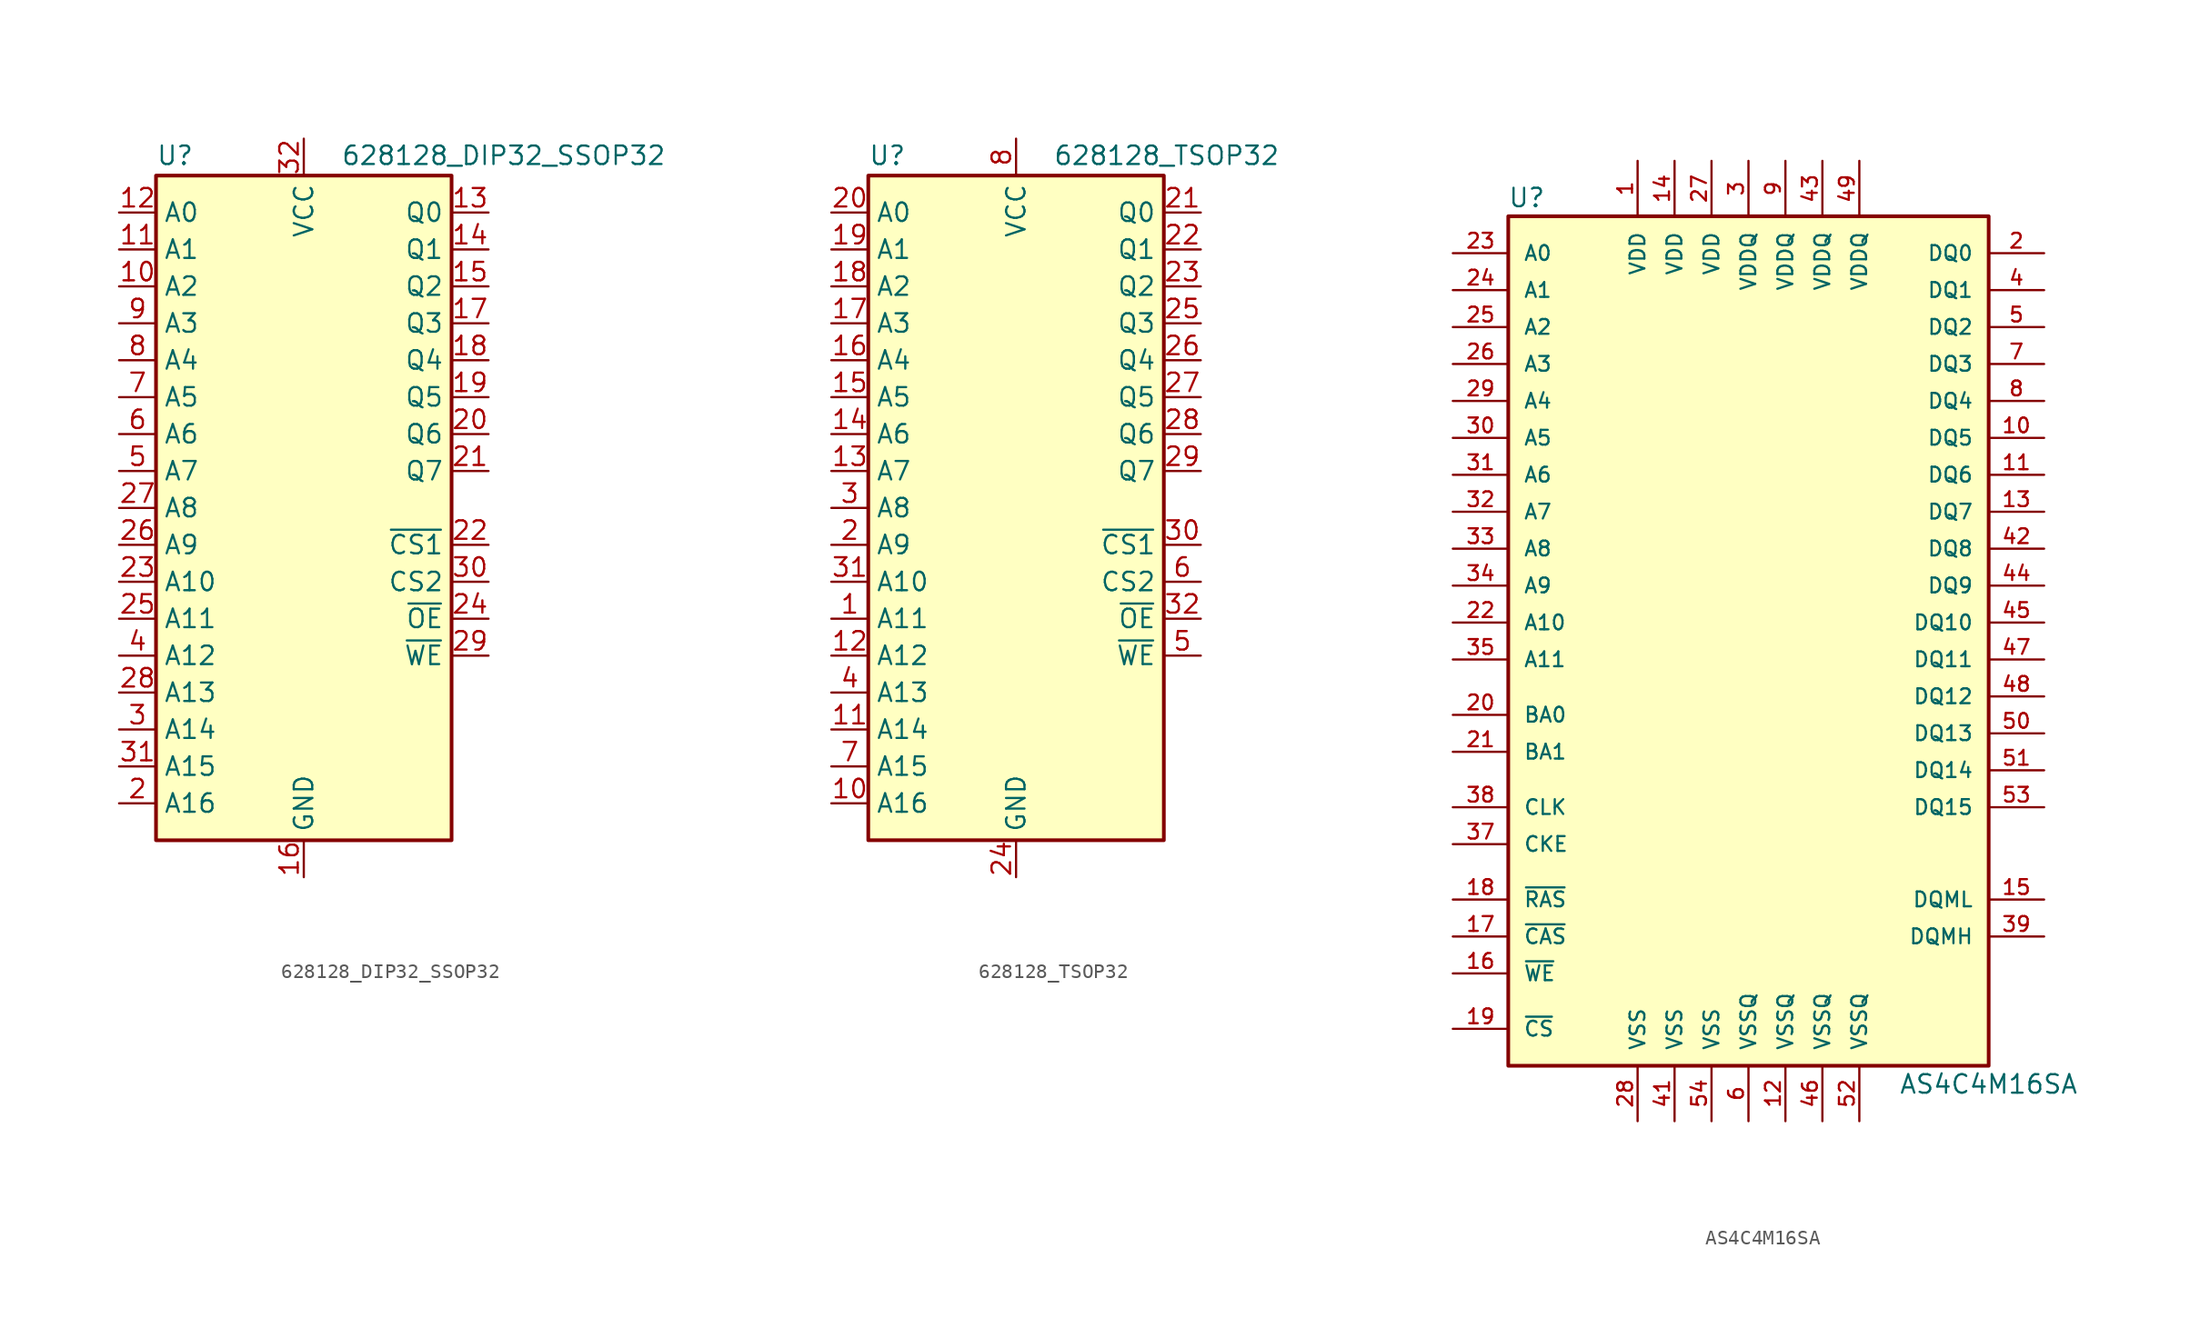
<source format=kicad_sym>
(kicad_symbol_lib
  (version 20220914)
  (generator kicad_symbol_editor)
  (symbol "628128_DIP32_SSOP32"
    (property "Reference" "U"
      (at -10.16 23.495 0)
      (effects (font (size 1.27 1.27)) (justify left bottom)))
    (property "Value" "628128_DIP32_SSOP32"
      (at 2.54 23.495 0)
      (effects (font (size 1.27 1.27)) (justify left bottom)))
    (symbol "628128_DIP32_SSOP32_0_0"
      (pin power_in line (at 0 -25.4 90) (length 2.54) (name "GND" (effects (font (size 1.27 1.27)))) (number "16" (effects (font (size 1.27 1.27)))))
      (pin power_in line (at 0 25.4 270) (length 2.54) (name "VCC" (effects (font (size 1.27 1.27)))) (number "32" (effects (font (size 1.27 1.27))))))
    (symbol "628128_DIP32_SSOP32_0_1"
      (rectangle (start -10.16 22.86) (end 10.16 -22.86) (stroke (width 0.254) (type solid)) (fill (type background))))
    (symbol "628128_DIP32_SSOP32_1_1"
      (pin no_connect line (at 10.16 -20.32 180) (length 2.54) hide (name "NC" (effects (font (size 1.27 1.27)))) (number "1" (effects (font (size 1.27 1.27)))))
      (pin input line (at -12.7 15.24 0) (length 2.54) (name "A2" (effects (font (size 1.27 1.27)))) (number "10" (effects (font (size 1.27 1.27)))))
      (pin input line (at -12.7 17.78 0) (length 2.54) (name "A1" (effects (font (size 1.27 1.27)))) (number "11" (effects (font (size 1.27 1.27)))))
      (pin input line (at -12.7 20.32 0) (length 2.54) (name "A0" (effects (font (size 1.27 1.27)))) (number "12" (effects (font (size 1.27 1.27)))))
      (pin tri_state line (at 12.7 20.32 180) (length 2.54) (name "Q0" (effects (font (size 1.27 1.27)))) (number "13" (effects (font (size 1.27 1.27)))))
      (pin tri_state line (at 12.7 17.78 180) (length 2.54) (name "Q1" (effects (font (size 1.27 1.27)))) (number "14" (effects (font (size 1.27 1.27)))))
      (pin tri_state line (at 12.7 15.24 180) (length 2.54) (name "Q2" (effects (font (size 1.27 1.27)))) (number "15" (effects (font (size 1.27 1.27)))))
      (pin tri_state line (at 12.7 12.7 180) (length 2.54) (name "Q3" (effects (font (size 1.27 1.27)))) (number "17" (effects (font (size 1.27 1.27)))))
      (pin tri_state line (at 12.7 10.16 180) (length 2.54) (name "Q4" (effects (font (size 1.27 1.27)))) (number "18" (effects (font (size 1.27 1.27)))))
      (pin tri_state line (at 12.7 7.62 180) (length 2.54) (name "Q5" (effects (font (size 1.27 1.27)))) (number "19" (effects (font (size 1.27 1.27)))))
      (pin input line (at -12.7 -20.32 0) (length 2.54) (name "A16" (effects (font (size 1.27 1.27)))) (number "2" (effects (font (size 1.27 1.27)))))
      (pin tri_state line (at 12.7 5.08 180) (length 2.54) (name "Q6" (effects (font (size 1.27 1.27)))) (number "20" (effects (font (size 1.27 1.27)))))
      (pin tri_state line (at 12.7 2.54 180) (length 2.54) (name "Q7" (effects (font (size 1.27 1.27)))) (number "21" (effects (font (size 1.27 1.27)))))
      (pin input line (at 12.7 -2.54 180) (length 2.54) (name "~{CS1}" (effects (font (size 1.27 1.27)))) (number "22" (effects (font (size 1.27 1.27)))))
      (pin input line (at -12.7 -5.08 0) (length 2.54) (name "A10" (effects (font (size 1.27 1.27)))) (number "23" (effects (font (size 1.27 1.27)))))
      (pin input line (at 12.7 -7.62 180) (length 2.54) (name "~{OE}" (effects (font (size 1.27 1.27)))) (number "24" (effects (font (size 1.27 1.27)))))
      (pin input line (at -12.7 -7.62 0) (length 2.54) (name "A11" (effects (font (size 1.27 1.27)))) (number "25" (effects (font (size 1.27 1.27)))))
      (pin input line (at -12.7 -2.54 0) (length 2.54) (name "A9" (effects (font (size 1.27 1.27)))) (number "26" (effects (font (size 1.27 1.27)))))
      (pin input line (at -12.7 0 0) (length 2.54) (name "A8" (effects (font (size 1.27 1.27)))) (number "27" (effects (font (size 1.27 1.27)))))
      (pin input line (at -12.7 -12.7 0) (length 2.54) (name "A13" (effects (font (size 1.27 1.27)))) (number "28" (effects (font (size 1.27 1.27)))))
      (pin input line (at 12.7 -10.16 180) (length 2.54) (name "~{WE}" (effects (font (size 1.27 1.27)))) (number "29" (effects (font (size 1.27 1.27)))))
      (pin input line (at -12.7 -15.24 0) (length 2.54) (name "A14" (effects (font (size 1.27 1.27)))) (number "3" (effects (font (size 1.27 1.27)))))
      (pin input line (at 12.7 -5.08 180) (length 2.54) (name "CS2" (effects (font (size 1.27 1.27)))) (number "30" (effects (font (size 1.27 1.27)))))
      (pin input line (at -12.7 -17.78 0) (length 2.54) (name "A15" (effects (font (size 1.27 1.27)))) (number "31" (effects (font (size 1.27 1.27)))))
      (pin input line (at -12.7 -10.16 0) (length 2.54) (name "A12" (effects (font (size 1.27 1.27)))) (number "4" (effects (font (size 1.27 1.27)))))
      (pin input line (at -12.7 2.54 0) (length 2.54) (name "A7" (effects (font (size 1.27 1.27)))) (number "5" (effects (font (size 1.27 1.27)))))
      (pin input line (at -12.7 5.08 0) (length 2.54) (name "A6" (effects (font (size 1.27 1.27)))) (number "6" (effects (font (size 1.27 1.27)))))
      (pin input line (at -12.7 7.62 0) (length 2.54) (name "A5" (effects (font (size 1.27 1.27)))) (number "7" (effects (font (size 1.27 1.27)))))
      (pin input line (at -12.7 10.16 0) (length 2.54) (name "A4" (effects (font (size 1.27 1.27)))) (number "8" (effects (font (size 1.27 1.27)))))
      (pin input line (at -12.7 12.7 0) (length 2.54) (name "A3" (effects (font (size 1.27 1.27)))) (number "9" (effects (font (size 1.27 1.27)))))))
  (symbol "628128_TSOP32"
    (property "Reference" "U"
      (at -10.16 23.495 0)
      (effects (font (size 1.27 1.27)) (justify left bottom)))
    (property "Value" "628128_TSOP32"
      (at 2.54 23.495 0)
      (effects (font (size 1.27 1.27)) (justify left bottom)))
    (symbol "628128_TSOP32_0_0"
      (pin power_in line (at 0 -25.4 90) (length 2.54) (name "GND" (effects (font (size 1.27 1.27)))) (number "24" (effects (font (size 1.27 1.27)))))
      (pin power_in line (at 0 25.4 270) (length 2.54) (name "VCC" (effects (font (size 1.27 1.27)))) (number "8" (effects (font (size 1.27 1.27))))))
    (symbol "628128_TSOP32_0_1"
      (rectangle (start -10.16 22.86) (end 10.16 -22.86) (stroke (width 0.254) (type solid)) (fill (type background))))
    (symbol "628128_TSOP32_1_1"
      (pin input line (at -12.7 -7.62 0) (length 2.54) (name "A11" (effects (font (size 1.27 1.27)))) (number "1" (effects (font (size 1.27 1.27)))))
      (pin input line (at -12.7 -20.32 0) (length 2.54) (name "A16" (effects (font (size 1.27 1.27)))) (number "10" (effects (font (size 1.27 1.27)))))
      (pin input line (at -12.7 -15.24 0) (length 2.54) (name "A14" (effects (font (size 1.27 1.27)))) (number "11" (effects (font (size 1.27 1.27)))))
      (pin input line (at -12.7 -10.16 0) (length 2.54) (name "A12" (effects (font (size 1.27 1.27)))) (number "12" (effects (font (size 1.27 1.27)))))
      (pin input line (at -12.7 2.54 0) (length 2.54) (name "A7" (effects (font (size 1.27 1.27)))) (number "13" (effects (font (size 1.27 1.27)))))
      (pin input line (at -12.7 5.08 0) (length 2.54) (name "A6" (effects (font (size 1.27 1.27)))) (number "14" (effects (font (size 1.27 1.27)))))
      (pin input line (at -12.7 7.62 0) (length 2.54) (name "A5" (effects (font (size 1.27 1.27)))) (number "15" (effects (font (size 1.27 1.27)))))
      (pin input line (at -12.7 10.16 0) (length 2.54) (name "A4" (effects (font (size 1.27 1.27)))) (number "16" (effects (font (size 1.27 1.27)))))
      (pin input line (at -12.7 12.7 0) (length 2.54) (name "A3" (effects (font (size 1.27 1.27)))) (number "17" (effects (font (size 1.27 1.27)))))
      (pin input line (at -12.7 15.24 0) (length 2.54) (name "A2" (effects (font (size 1.27 1.27)))) (number "18" (effects (font (size 1.27 1.27)))))
      (pin input line (at -12.7 17.78 0) (length 2.54) (name "A1" (effects (font (size 1.27 1.27)))) (number "19" (effects (font (size 1.27 1.27)))))
      (pin input line (at -12.7 -2.54 0) (length 2.54) (name "A9" (effects (font (size 1.27 1.27)))) (number "2" (effects (font (size 1.27 1.27)))))
      (pin input line (at -12.7 20.32 0) (length 2.54) (name "A0" (effects (font (size 1.27 1.27)))) (number "20" (effects (font (size 1.27 1.27)))))
      (pin tri_state line (at 12.7 20.32 180) (length 2.54) (name "Q0" (effects (font (size 1.27 1.27)))) (number "21" (effects (font (size 1.27 1.27)))))
      (pin tri_state line (at 12.7 17.78 180) (length 2.54) (name "Q1" (effects (font (size 1.27 1.27)))) (number "22" (effects (font (size 1.27 1.27)))))
      (pin tri_state line (at 12.7 15.24 180) (length 2.54) (name "Q2" (effects (font (size 1.27 1.27)))) (number "23" (effects (font (size 1.27 1.27)))))
      (pin tri_state line (at 12.7 12.7 180) (length 2.54) (name "Q3" (effects (font (size 1.27 1.27)))) (number "25" (effects (font (size 1.27 1.27)))))
      (pin tri_state line (at 12.7 10.16 180) (length 2.54) (name "Q4" (effects (font (size 1.27 1.27)))) (number "26" (effects (font (size 1.27 1.27)))))
      (pin tri_state line (at 12.7 7.62 180) (length 2.54) (name "Q5" (effects (font (size 1.27 1.27)))) (number "27" (effects (font (size 1.27 1.27)))))
      (pin tri_state line (at 12.7 5.08 180) (length 2.54) (name "Q6" (effects (font (size 1.27 1.27)))) (number "28" (effects (font (size 1.27 1.27)))))
      (pin tri_state line (at 12.7 2.54 180) (length 2.54) (name "Q7" (effects (font (size 1.27 1.27)))) (number "29" (effects (font (size 1.27 1.27)))))
      (pin input line (at -12.7 0 0) (length 2.54) (name "A8" (effects (font (size 1.27 1.27)))) (number "3" (effects (font (size 1.27 1.27)))))
      (pin input line (at 12.7 -2.54 180) (length 2.54) (name "~{CS1}" (effects (font (size 1.27 1.27)))) (number "30" (effects (font (size 1.27 1.27)))))
      (pin input line (at -12.7 -5.08 0) (length 2.54) (name "A10" (effects (font (size 1.27 1.27)))) (number "31" (effects (font (size 1.27 1.27)))))
      (pin input line (at 12.7 -7.62 180) (length 2.54) (name "~{OE}" (effects (font (size 1.27 1.27)))) (number "32" (effects (font (size 1.27 1.27)))))
      (pin input line (at -12.7 -12.7 0) (length 2.54) (name "A13" (effects (font (size 1.27 1.27)))) (number "4" (effects (font (size 1.27 1.27)))))
      (pin input line (at 12.7 -10.16 180) (length 2.54) (name "~{WE}" (effects (font (size 1.27 1.27)))) (number "5" (effects (font (size 1.27 1.27)))))
      (pin input line (at 12.7 -5.08 180) (length 2.54) (name "CS2" (effects (font (size 1.27 1.27)))) (number "6" (effects (font (size 1.27 1.27)))))
      (pin input line (at -12.7 -17.78 0) (length 2.54) (name "A15" (effects (font (size 1.27 1.27)))) (number "7" (effects (font (size 1.27 1.27)))))
      (pin no_connect line (at 10.16 -20.32 180) (length 2.54) hide (name "NC" (effects (font (size 1.27 1.27)))) (number "9" (effects (font (size 1.27 1.27)))))))
  (symbol "AS4C4M16SA"
    (pin_names
      (offset 1.016))
    (property "Reference" "U"
      (at -15.24 30.48 0)
      (effects (font (size 1.27 1.27))))
    (property "Value" "AS4C4M16SA"
      (at 16.51 -30.48 0)
      (effects (font (size 1.27 1.27))))
    (symbol "AS4C4M16SA_0_1"
      (rectangle (start -16.51 29.21) (end 16.51 -29.21) (stroke (width 0.254) (type solid)) (fill (type background))))
    (symbol "AS4C4M16SA_1_1"
      (pin power_in line (at -7.62 33.02 270) (length 3.81) (name "VDD" (effects (font (size 1.016 1.016)))) (number "1" (effects (font (size 1.016 1.016)))))
      (pin bidirectional line (at 20.32 13.97 180) (length 3.81) (name "DQ5" (effects (font (size 1.016 1.016)))) (number "10" (effects (font (size 1.016 1.016)))))
      (pin bidirectional line (at 20.32 11.43 180) (length 3.81) (name "DQ6" (effects (font (size 1.016 1.016)))) (number "11" (effects (font (size 1.016 1.016)))))
      (pin power_in line (at 2.54 -33.02 90) (length 3.81) (name "VSSQ" (effects (font (size 1.016 1.016)))) (number "12" (effects (font (size 1.016 1.016)))))
      (pin bidirectional line (at 20.32 8.89 180) (length 3.81) (name "DQ7" (effects (font (size 1.016 1.016)))) (number "13" (effects (font (size 1.016 1.016)))))
      (pin power_in line (at -5.08 33.02 270) (length 3.81) (name "VDD" (effects (font (size 1.016 1.016)))) (number "14" (effects (font (size 1.016 1.016)))))
      (pin input line (at 20.32 -17.78 180) (length 3.81) (name "DQML" (effects (font (size 1.016 1.016)))) (number "15" (effects (font (size 1.016 1.016)))))
      (pin input line (at -20.32 -22.86 0) (length 3.81) (name "~{WE}" (effects (font (size 1.016 1.016)))) (number "16" (effects (font (size 1.016 1.016)))))
      (pin input line (at -20.32 -20.32 0) (length 3.81) (name "~{CAS}" (effects (font (size 1.016 1.016)))) (number "17" (effects (font (size 1.016 1.016)))))
      (pin input line (at -20.32 -17.78 0) (length 3.81) (name "~{RAS}" (effects (font (size 1.016 1.016)))) (number "18" (effects (font (size 1.016 1.016)))))
      (pin input line (at -20.32 -26.67 0) (length 3.81) (name "~{CS}" (effects (font (size 1.016 1.016)))) (number "19" (effects (font (size 1.016 1.016)))))
      (pin bidirectional line (at 20.32 26.67 180) (length 3.81) (name "DQ0" (effects (font (size 1.016 1.016)))) (number "2" (effects (font (size 1.016 1.016)))))
      (pin input line (at -20.32 -5.08 0) (length 3.81) (name "BA0" (effects (font (size 1.016 1.016)))) (number "20" (effects (font (size 1.016 1.016)))))
      (pin input line (at -20.32 -7.62 0) (length 3.81) (name "BA1" (effects (font (size 1.016 1.016)))) (number "21" (effects (font (size 1.016 1.016)))))
      (pin input line (at -20.32 1.27 0) (length 3.81) (name "A10" (effects (font (size 1.016 1.016)))) (number "22" (effects (font (size 1.016 1.016)))))
      (pin input line (at -20.32 26.67 0) (length 3.81) (name "A0" (effects (font (size 1.016 1.016)))) (number "23" (effects (font (size 1.016 1.016)))))
      (pin input line (at -20.32 24.13 0) (length 3.81) (name "A1" (effects (font (size 1.016 1.016)))) (number "24" (effects (font (size 1.016 1.016)))))
      (pin input line (at -20.32 21.59 0) (length 3.81) (name "A2" (effects (font (size 1.016 1.016)))) (number "25" (effects (font (size 1.016 1.016)))))
      (pin input line (at -20.32 19.05 0) (length 3.81) (name "A3" (effects (font (size 1.016 1.016)))) (number "26" (effects (font (size 1.016 1.016)))))
      (pin power_in line (at -2.54 33.02 270) (length 3.81) (name "VDD" (effects (font (size 1.016 1.016)))) (number "27" (effects (font (size 1.016 1.016)))))
      (pin power_in line (at -7.62 -33.02 90) (length 3.81) (name "VSS" (effects (font (size 1.016 1.016)))) (number "28" (effects (font (size 1.016 1.016)))))
      (pin input line (at -20.32 16.51 0) (length 3.81) (name "A4" (effects (font (size 1.016 1.016)))) (number "29" (effects (font (size 1.016 1.016)))))
      (pin power_in line (at 0 33.02 270) (length 3.81) (name "VDDQ" (effects (font (size 1.016 1.016)))) (number "3" (effects (font (size 1.016 1.016)))))
      (pin input line (at -20.32 13.97 0) (length 3.81) (name "A5" (effects (font (size 1.016 1.016)))) (number "30" (effects (font (size 1.016 1.016)))))
      (pin input line (at -20.32 11.43 0) (length 3.81) (name "A6" (effects (font (size 1.016 1.016)))) (number "31" (effects (font (size 1.016 1.016)))))
      (pin input line (at -20.32 8.89 0) (length 3.81) (name "A7" (effects (font (size 1.016 1.016)))) (number "32" (effects (font (size 1.016 1.016)))))
      (pin input line (at -20.32 6.35 0) (length 3.81) (name "A8" (effects (font (size 1.016 1.016)))) (number "33" (effects (font (size 1.016 1.016)))))
      (pin input line (at -20.32 3.81 0) (length 3.81) (name "A9" (effects (font (size 1.016 1.016)))) (number "34" (effects (font (size 1.016 1.016)))))
      (pin input line (at -20.32 -1.27 0) (length 3.81) (name "A11" (effects (font (size 1.016 1.016)))) (number "35" (effects (font (size 1.016 1.016)))))
      (pin input line (at -20.32 -13.97 0) (length 3.81) (name "CKE" (effects (font (size 1.016 1.016)))) (number "37" (effects (font (size 1.016 1.016)))))
      (pin input line (at -20.32 -11.43 0) (length 3.81) (name "CLK" (effects (font (size 1.016 1.016)))) (number "38" (effects (font (size 1.016 1.016)))))
      (pin input line (at 20.32 -20.32 180) (length 3.81) (name "DQMH" (effects (font (size 1.016 1.016)))) (number "39" (effects (font (size 1.016 1.016)))))
      (pin bidirectional line (at 20.32 24.13 180) (length 3.81) (name "DQ1" (effects (font (size 1.016 1.016)))) (number "4" (effects (font (size 1.016 1.016)))))
      (pin power_in line (at -5.08 -33.02 90) (length 3.81) (name "VSS" (effects (font (size 1.016 1.016)))) (number "41" (effects (font (size 1.016 1.016)))))
      (pin bidirectional line (at 20.32 6.35 180) (length 3.81) (name "DQ8" (effects (font (size 1.016 1.016)))) (number "42" (effects (font (size 1.016 1.016)))))
      (pin power_in line (at 5.08 33.02 270) (length 3.81) (name "VDDQ" (effects (font (size 1.016 1.016)))) (number "43" (effects (font (size 1.016 1.016)))))
      (pin bidirectional line (at 20.32 3.81 180) (length 3.81) (name "DQ9" (effects (font (size 1.016 1.016)))) (number "44" (effects (font (size 1.016 1.016)))))
      (pin bidirectional line (at 20.32 1.27 180) (length 3.81) (name "DQ10" (effects (font (size 1.016 1.016)))) (number "45" (effects (font (size 1.016 1.016)))))
      (pin power_in line (at 5.08 -33.02 90) (length 3.81) (name "VSSQ" (effects (font (size 1.016 1.016)))) (number "46" (effects (font (size 1.016 1.016)))))
      (pin bidirectional line (at 20.32 -1.27 180) (length 3.81) (name "DQ11" (effects (font (size 1.016 1.016)))) (number "47" (effects (font (size 1.016 1.016)))))
      (pin bidirectional line (at 20.32 -3.81 180) (length 3.81) (name "DQ12" (effects (font (size 1.016 1.016)))) (number "48" (effects (font (size 1.016 1.016)))))
      (pin power_in line (at 7.62 33.02 270) (length 3.81) (name "VDDQ" (effects (font (size 1.016 1.016)))) (number "49" (effects (font (size 1.016 1.016)))))
      (pin bidirectional line (at 20.32 21.59 180) (length 3.81) (name "DQ2" (effects (font (size 1.016 1.016)))) (number "5" (effects (font (size 1.016 1.016)))))
      (pin bidirectional line (at 20.32 -6.35 180) (length 3.81) (name "DQ13" (effects (font (size 1.016 1.016)))) (number "50" (effects (font (size 1.016 1.016)))))
      (pin bidirectional line (at 20.32 -8.89 180) (length 3.81) (name "DQ14" (effects (font (size 1.016 1.016)))) (number "51" (effects (font (size 1.016 1.016)))))
      (pin power_in line (at 7.62 -33.02 90) (length 3.81) (name "VSSQ" (effects (font (size 1.016 1.016)))) (number "52" (effects (font (size 1.016 1.016)))))
      (pin bidirectional line (at 20.32 -11.43 180) (length 3.81) (name "DQ15" (effects (font (size 1.016 1.016)))) (number "53" (effects (font (size 1.016 1.016)))))
      (pin power_in line (at -2.54 -33.02 90) (length 3.81) (name "VSS" (effects (font (size 1.016 1.016)))) (number "54" (effects (font (size 1.016 1.016)))))
      (pin power_in line (at 0 -33.02 90) (length 3.81) (name "VSSQ" (effects (font (size 1.016 1.016)))) (number "6" (effects (font (size 1.016 1.016)))))
      (pin bidirectional line (at 20.32 19.05 180) (length 3.81) (name "DQ3" (effects (font (size 1.016 1.016)))) (number "7" (effects (font (size 1.016 1.016)))))
      (pin bidirectional line (at 20.32 16.51 180) (length 3.81) (name "DQ4" (effects (font (size 1.016 1.016)))) (number "8" (effects (font (size 1.016 1.016)))))
      (pin power_in line (at 2.54 33.02 270) (length 3.81) (name "VDDQ" (effects (font (size 1.016 1.016)))) (number "9" (effects (font (size 1.016 1.016))))))))
</source>
